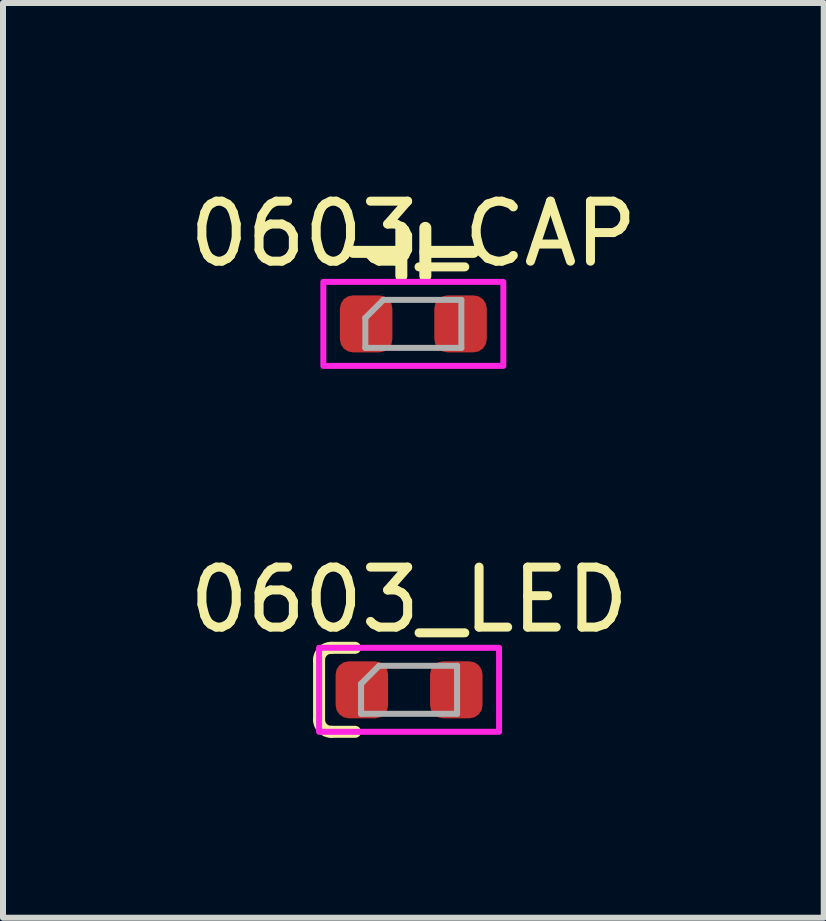
<source format=kicad_pcb>
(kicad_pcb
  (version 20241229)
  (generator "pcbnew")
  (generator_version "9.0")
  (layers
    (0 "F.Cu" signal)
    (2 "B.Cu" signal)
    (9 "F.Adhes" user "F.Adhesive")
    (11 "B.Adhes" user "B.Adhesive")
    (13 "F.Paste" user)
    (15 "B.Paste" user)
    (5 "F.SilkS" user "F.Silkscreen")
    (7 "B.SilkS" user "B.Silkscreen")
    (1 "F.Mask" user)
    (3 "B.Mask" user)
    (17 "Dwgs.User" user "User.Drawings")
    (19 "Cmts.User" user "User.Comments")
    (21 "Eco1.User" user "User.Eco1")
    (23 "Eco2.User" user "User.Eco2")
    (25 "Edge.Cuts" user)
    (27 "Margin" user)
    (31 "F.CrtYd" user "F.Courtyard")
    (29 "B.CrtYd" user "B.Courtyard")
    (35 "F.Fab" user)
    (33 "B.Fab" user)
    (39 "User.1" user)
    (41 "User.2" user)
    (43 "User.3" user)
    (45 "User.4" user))
  (footprint "0603_CAP"
    (layer "F.Cu")
    (at 3.839 2.348)
    (property "Reference" "0603_CAP" (at 0 -1.5 0) (layer "F.SilkS") (effects (font (size 1 1) (thickness 0.15))))
    (attr smd)
    (fp_line (start -0.2 -1.2) (end -1 -1.2) (stroke (width 0.2) (type default)) (layer "F.SilkS"))
    (fp_line (start -0.2 -0.8) (end -0.2 -1.6) (stroke (width 0.2) (type default)) (layer "F.SilkS"))
    (fp_line (start 0.2 -0.8) (end 0.2 -1.6) (stroke (width 0.2) (type default)) (layer "F.SilkS"))
    (fp_line (start 1 -1.2) (end 0.2 -1.2) (stroke (width 0.2) (type default)) (layer "F.SilkS"))
    (fp_rect (start -1.5 -0.7) (end 1.5 0.7) (stroke (width 0.1) (type default)) (fill no) (layer "F.CrtYd"))
    (fp_line (start -0.8 -0.1) (end -0.8 0.4) (stroke (width 0.1) (type solid)) (layer "F.Fab"))
    (fp_line (start -0.8 0.4) (end 0.8 0.4) (stroke (width 0.1) (type solid)) (layer "F.Fab"))
    (fp_line (start -0.5 -0.4) (end -0.8 -0.1) (stroke (width 0.1) (type solid)) (layer "F.Fab"))
    (fp_line (start 0.8 -0.4) (end -0.5 -0.4) (stroke (width 0.1) (type solid)) (layer "F.Fab"))
    (fp_line (start 0.8 0.4) (end 0.8 -0.4) (stroke (width 0.1) (type solid)) (layer "F.Fab"))
    (pad "1" smd roundrect (at -0.787 0) (size 0.875 0.95) (layers "F.Cu" "F.Mask" "F.Paste") (roundrect_rratio 0.25))
    (pad "2" smd roundrect (at 0.787 0) (size 0.875 0.95) (layers "F.Cu" "F.Mask" "F.Paste") (roundrect_rratio 0.25)))
  (footprint "0603_LED"
    (layer "F.Cu")
    (at 3.768 8.447)
    (property "Reference" "0603_LED" (at 0 -1.5 0) (layer "F.SilkS") (effects (font (size 1 1) (thickness 0.15))))
    (attr smd)
    (fp_line (start -1.5 0.5) (end -1.5 -0.5) (stroke (width 0.2) (type default)) (layer "F.SilkS"))
    (fp_line (start -0.9 -0.7) (end -1.3 -0.7) (stroke (width 0.2) (type default)) (layer "F.SilkS"))
    (fp_line (start -0.9 0.7) (end -1.3 0.7) (stroke (width 0.2) (type default)) (layer "F.SilkS"))
    (fp_arc (start -1.499999 -0.5) (mid -1.441421 -0.641421) (end -1.3 -0.699999) (stroke (width 0.2) (type default)) (layer "F.SilkS"))
    (fp_arc (start -1.3 0.7) (mid -1.441421 0.641421) (end -1.5 0.5) (stroke (width 0.2) (type default)) (layer "F.SilkS"))
    (fp_rect (start -1.5 -0.7) (end 1.5 0.7) (stroke (width 0.1) (type default)) (fill no) (layer "F.CrtYd"))
    (fp_line (start -0.8 -0.1) (end -0.8 0.4) (stroke (width 0.1) (type solid)) (layer "F.Fab"))
    (fp_line (start -0.8 0.4) (end 0.8 0.4) (stroke (width 0.1) (type solid)) (layer "F.Fab"))
    (fp_line (start -0.5 -0.4) (end -0.8 -0.1) (stroke (width 0.1) (type solid)) (layer "F.Fab"))
    (fp_line (start 0.8 -0.4) (end -0.5 -0.4) (stroke (width 0.1) (type solid)) (layer "F.Fab"))
    (fp_line (start 0.8 0.4) (end 0.8 -0.4) (stroke (width 0.1) (type solid)) (layer "F.Fab"))
    (pad "1" smd roundrect (at -0.787 0) (size 0.875 0.95) (layers "F.Cu" "F.Mask" "F.Paste") (roundrect_rratio 0.25))
    (pad "2" smd roundrect (at 0.787 0) (size 0.875 0.95) (layers "F.Cu" "F.Mask" "F.Paste") (roundrect_rratio 0.25)))
  (gr_rect
    (start -3 -3)
    (end 10.679 12.246)
    (stroke (width 0.1) (type default))
    (fill no)
    (layer "Edge.Cuts")))
</source>
